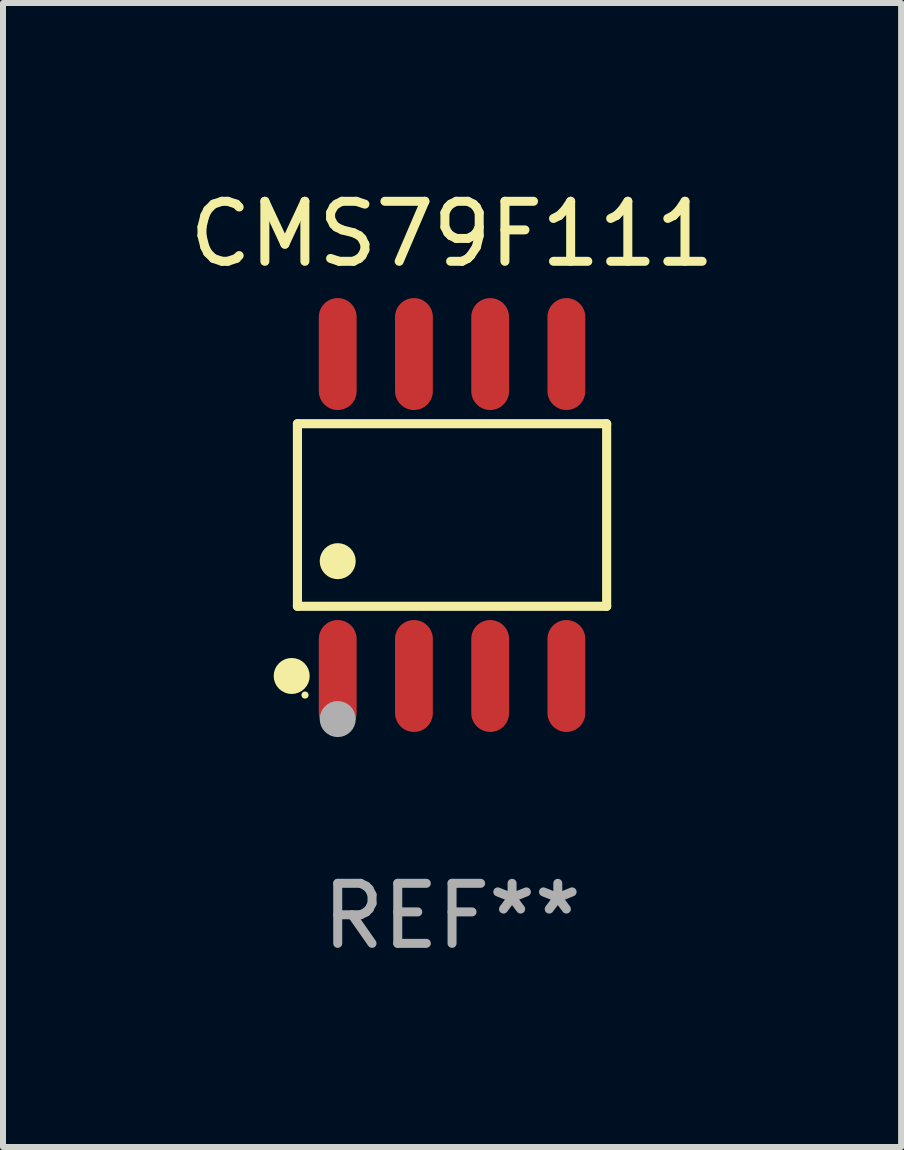
<source format=kicad_pcb>
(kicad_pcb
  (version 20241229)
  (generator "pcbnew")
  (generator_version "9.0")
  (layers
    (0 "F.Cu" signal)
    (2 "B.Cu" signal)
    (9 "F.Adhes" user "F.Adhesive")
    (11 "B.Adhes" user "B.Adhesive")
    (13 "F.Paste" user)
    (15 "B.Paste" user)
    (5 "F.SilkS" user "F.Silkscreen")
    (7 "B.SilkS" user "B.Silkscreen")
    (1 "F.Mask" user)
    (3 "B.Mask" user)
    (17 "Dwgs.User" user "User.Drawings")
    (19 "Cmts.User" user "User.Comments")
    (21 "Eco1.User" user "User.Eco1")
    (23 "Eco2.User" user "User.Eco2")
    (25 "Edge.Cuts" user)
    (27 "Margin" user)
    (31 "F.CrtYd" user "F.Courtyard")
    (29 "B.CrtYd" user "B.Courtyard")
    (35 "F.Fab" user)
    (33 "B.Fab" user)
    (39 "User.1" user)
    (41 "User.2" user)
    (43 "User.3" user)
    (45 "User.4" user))
  (footprint "CMS79F111"
    (layer "F.Cu")
    (at 4.482 5.531)
    (property "Reference" "CMS79F111" (at 0 -4.682 0) (layer "F.SilkS") (effects (font (size 1 1) (thickness 0.15))))
    (attr through_hole)
    (fp_line (start -2.576 -1.521) (end 2.576 -1.521) (stroke (width 0.152) (type solid)) (layer "F.SilkS"))
    (fp_line (start -2.576 1.521) (end -2.576 -1.521) (stroke (width 0.152) (type solid)) (layer "F.SilkS"))
    (fp_line (start 2.576 -1.521) (end 2.576 1.521) (stroke (width 0.152) (type solid)) (layer "F.SilkS"))
    (fp_line (start 2.576 1.521) (end -2.576 1.521) (stroke (width 0.152) (type solid)) (layer "F.SilkS"))
    (fp_circle (center -2.672 2.682) (end -2.522 2.682) (stroke (width 0.3) (type solid)) (fill no) (layer "F.SilkS"))
    (fp_circle (center -2.45 3) (end -2.42 3) (stroke (width 0.06) (type solid)) (fill no) (layer "F.SilkS"))
    (fp_circle (center -1.905 0.769) (end -1.755 0.769) (stroke (width 0.3) (type solid)) (fill no) (layer "F.SilkS"))
    (fp_circle (center -1.905 3.4) (end -1.755 3.4) (stroke (width 0.3) (type solid)) (fill no) (layer "F.Fab"))
    (fp_text user "REF**" (at 0 6.682 0) (layer "F.Fab") (effects (font (size 1 1) (thickness 0.15))))
    (pad "1" smd oval (at -1.905 2.682) (size 0.63 1.865) (layers "F.Cu" "F.Mask" "F.Paste"))
    (pad "2" smd oval (at -0.635 2.682) (size 0.63 1.865) (layers "F.Cu" "F.Mask" "F.Paste"))
    (pad "3" smd oval (at 0.635 2.682) (size 0.63 1.865) (layers "F.Cu" "F.Mask" "F.Paste"))
    (pad "4" smd oval (at 1.905 2.682) (size 0.63 1.865) (layers "F.Cu" "F.Mask" "F.Paste"))
    (pad "5" smd oval (at 1.905 -2.682) (size 0.63 1.865) (layers "F.Cu" "F.Mask" "F.Paste"))
    (pad "6" smd oval (at 0.635 -2.682) (size 0.63 1.865) (layers "F.Cu" "F.Mask" "F.Paste"))
    (pad "7" smd oval (at -0.635 -2.682) (size 0.63 1.865) (layers "F.Cu" "F.Mask" "F.Paste"))
    (pad "8" smd oval (at -1.905 -2.682) (size 0.63 1.865) (layers "F.Cu" "F.Mask" "F.Paste")))
  (gr_rect
    (start -3 -3)
    (end 11.964 16.061)
    (stroke (width 0.1) (type default))
    (fill no)
    (layer "Edge.Cuts")))
</source>
